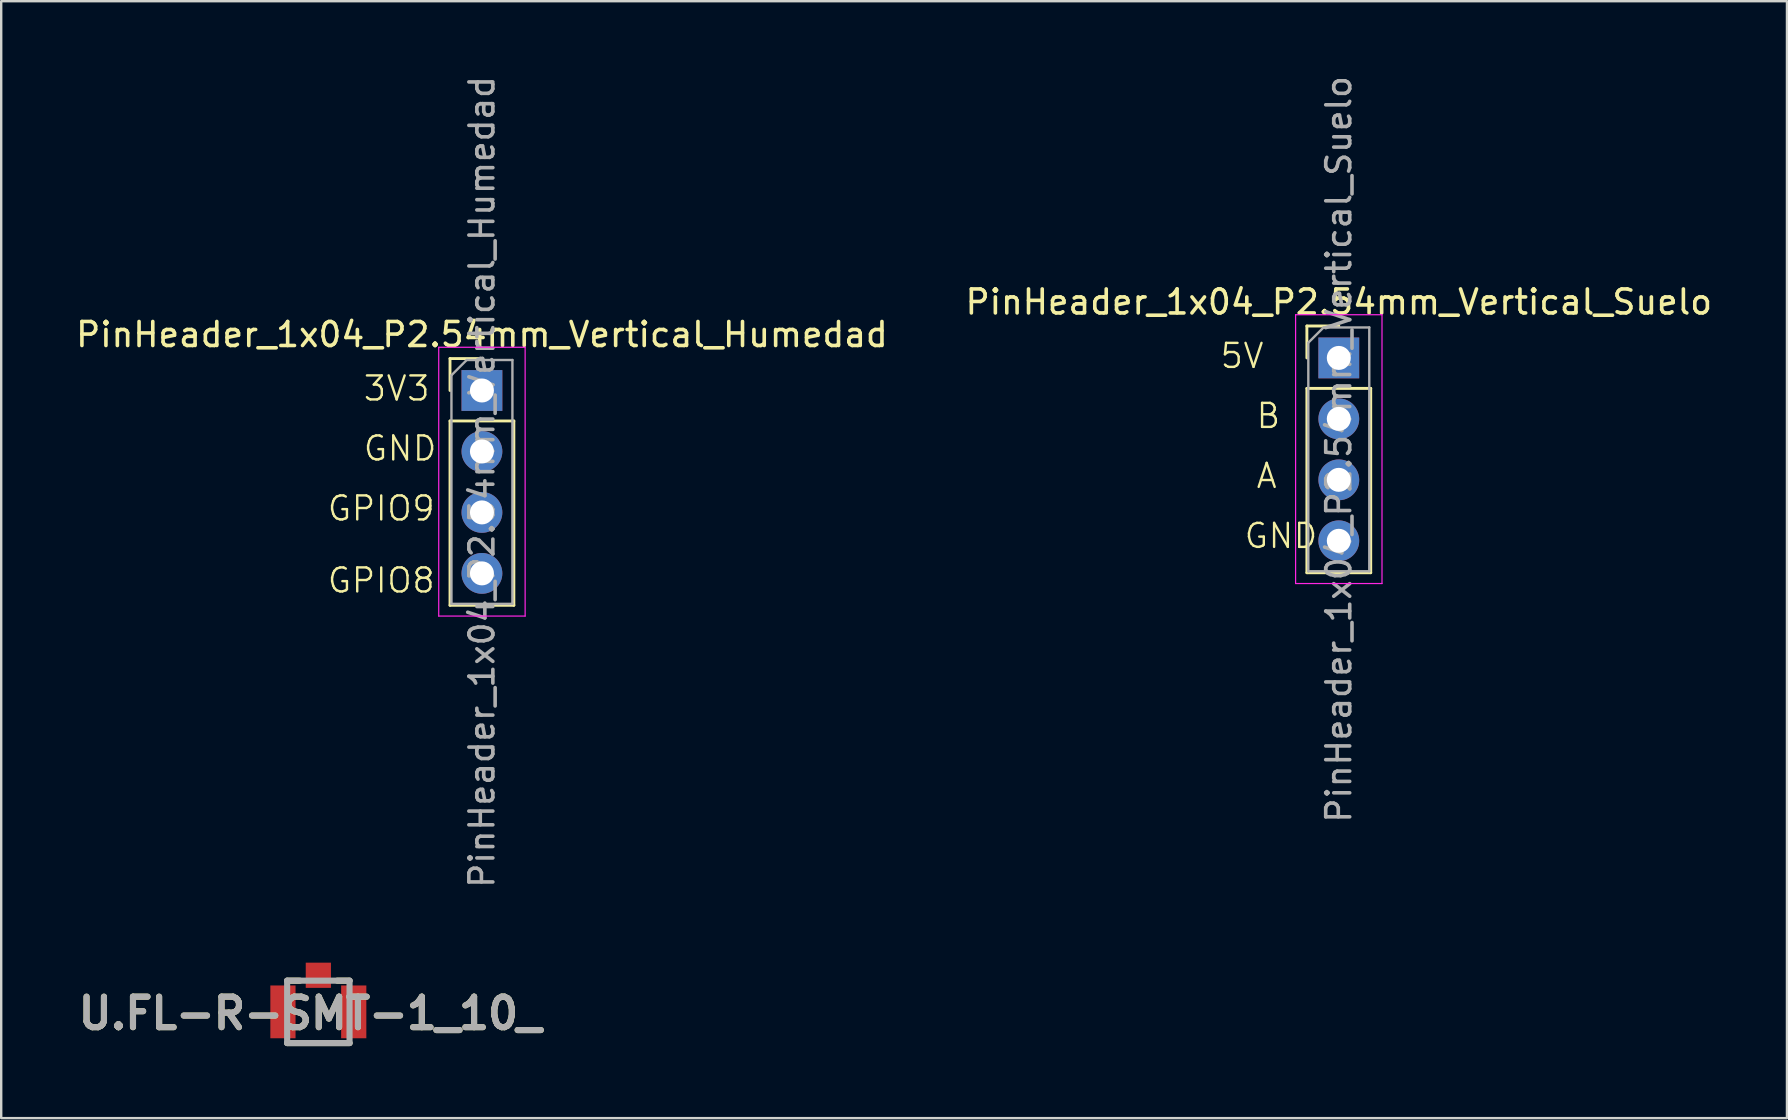
<source format=kicad_pcb>
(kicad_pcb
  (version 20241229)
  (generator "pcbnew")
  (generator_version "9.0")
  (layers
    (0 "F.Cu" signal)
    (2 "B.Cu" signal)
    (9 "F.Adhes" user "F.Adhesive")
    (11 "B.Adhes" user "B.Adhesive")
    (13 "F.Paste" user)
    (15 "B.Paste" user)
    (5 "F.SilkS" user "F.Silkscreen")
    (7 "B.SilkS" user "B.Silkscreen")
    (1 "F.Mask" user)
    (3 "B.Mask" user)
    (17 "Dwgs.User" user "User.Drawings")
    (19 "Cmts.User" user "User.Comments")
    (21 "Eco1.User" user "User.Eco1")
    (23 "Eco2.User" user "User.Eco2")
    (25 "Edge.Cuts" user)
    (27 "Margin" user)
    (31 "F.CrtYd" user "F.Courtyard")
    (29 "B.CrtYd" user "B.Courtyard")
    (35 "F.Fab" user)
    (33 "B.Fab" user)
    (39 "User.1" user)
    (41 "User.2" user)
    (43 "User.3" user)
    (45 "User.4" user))
  (footprint "U.FL-R-SMT-1_10_"
    (layer "F.Cu")
    (at 10.214 39.11)
    (property "Reference" "U.FL-R-SMT-1_10_" (at -0.345 0.063 0) (layer "F.SilkS") (effects (font (size 1.27 1.27) (thickness 0.254))))
    (attr smd)
    (fp_line (start -1.3 -1.3) (end -0.77 -1.3) (stroke (width 0.254) (type solid)) (layer "F.SilkS"))
    (fp_line (start -1.3 1.3) (end 1.3 1.3) (stroke (width 0.254) (type solid)) (layer "F.SilkS"))
    (fp_line (start 1.3 -1.3) (end 0.788 -1.3) (stroke (width 0.254) (type solid)) (layer "F.SilkS"))
    (fp_line (start -1.3 -1.3) (end 1.3 -1.3) (stroke (width 0.254) (type solid)) (layer "F.Fab"))
    (fp_line (start -1.3 1.3) (end -1.3 -1.3) (stroke (width 0.254) (type solid)) (layer "F.Fab"))
    (fp_line (start 1.3 -1.3) (end 1.3 1.3) (stroke (width 0.254) (type solid)) (layer "F.Fab"))
    (fp_line (start 1.3 1.3) (end -1.3 1.3) (stroke (width 0.254) (type solid)) (layer "F.Fab"))
    (fp_text user "${REFERENCE}" (at -0.345 0.063 0) (layer "F.Fab") (effects (font (size 1.27 1.27) (thickness 0.254))))
    (pad "1" smd rect (at -1.475 0) (size 1.05 2.2) (layers "F.Cu" "F.Mask" "F.Paste"))
    (pad "2" smd rect (at 1.475 0) (size 1.05 2.2) (layers "F.Cu" "F.Mask" "F.Paste"))
    (pad "3" smd rect (at 0 -1.525 90) (size 1.05 1.05) (layers "F.Cu" "F.Mask" "F.Paste")))
  (footprint "PinHeader_1x04_P2.54mm_Vertical_Suelo"
    (layer "F.Cu")
    (at 52.732 11.863)
    (property "Reference" "PinHeader_1x04_P2.54mm_Vertical_Suelo" (at 0 -2.33 0) (layer "F.SilkS") (effects (font (size 1 1) (thickness 0.15))))
    (attr through_hole)
    (fp_line (start -1.33 -1.33) (end 0 -1.33) (stroke (width 0.12) (type solid)) (layer "F.SilkS"))
    (fp_line (start -1.33 0) (end -1.33 -1.33) (stroke (width 0.12) (type solid)) (layer "F.SilkS"))
    (fp_line (start -1.33 1.27) (end -1.33 8.95) (stroke (width 0.12) (type solid)) (layer "F.SilkS"))
    (fp_line (start -1.33 1.27) (end 1.33 1.27) (stroke (width 0.12) (type solid)) (layer "F.SilkS"))
    (fp_line (start -1.33 8.95) (end 1.33 8.95) (stroke (width 0.12) (type solid)) (layer "F.SilkS"))
    (fp_line (start 1.33 1.27) (end 1.33 8.95) (stroke (width 0.12) (type solid)) (layer "F.SilkS"))
    (fp_line (start -1.8 -1.8) (end -1.8 9.4) (stroke (width 0.05) (type solid)) (layer "F.CrtYd"))
    (fp_line (start -1.8 9.4) (end 1.8 9.4) (stroke (width 0.05) (type solid)) (layer "F.CrtYd"))
    (fp_line (start 1.8 -1.8) (end -1.8 -1.8) (stroke (width 0.05) (type solid)) (layer "F.CrtYd"))
    (fp_line (start 1.8 9.4) (end 1.8 -1.8) (stroke (width 0.05) (type solid)) (layer "F.CrtYd"))
    (fp_line (start -1.27 -0.635) (end -0.635 -1.27) (stroke (width 0.1) (type solid)) (layer "F.Fab"))
    (fp_line (start -1.27 8.89) (end -1.27 -0.635) (stroke (width 0.1) (type solid)) (layer "F.Fab"))
    (fp_line (start -0.635 -1.27) (end 1.27 -1.27) (stroke (width 0.1) (type solid)) (layer "F.Fab"))
    (fp_line (start 1.27 -1.27) (end 1.27 8.89) (stroke (width 0.1) (type solid)) (layer "F.Fab"))
    (fp_line (start 1.27 8.89) (end -1.27 8.89) (stroke (width 0.1) (type solid)) (layer "F.Fab"))
    (fp_text user "A" (at -3.5 5.5 0) (unlocked yes) (layer "F.SilkS") (effects (font (size 1 1) (thickness 0.1)) (justify left bottom)))
    (fp_text user "5V" (at -5 0.5 0) (unlocked yes) (layer "F.SilkS") (effects (font (size 1 1) (thickness 0.1)) (justify left bottom)))
    (fp_text user "GND" (at -4 8 0) (unlocked yes) (layer "F.SilkS") (effects (font (size 1 1) (thickness 0.1)) (justify left bottom)))
    (fp_text user "B" (at -3.5 3 0) (unlocked yes) (layer "F.SilkS") (effects (font (size 1 1) (thickness 0.1)) (justify left bottom)))
    (fp_text user "${REFERENCE}" (at 0 3.81 90) (layer "F.Fab") (effects (font (size 1 1) (thickness 0.15))))
    (pad "1" thru_hole rect (at 0 0) (size 1.7 1.7) (drill 1) (layers "*.Cu" "*.Mask"))
    (pad "2" thru_hole oval (at 0 2.54) (size 1.7 1.7) (drill 1) (layers "*.Cu" "*.Mask"))
    (pad "3" thru_hole oval (at 0 5.08) (size 1.7 1.7) (drill 1) (layers "*.Cu" "*.Mask"))
    (pad "4" thru_hole oval (at 0 7.62) (size 1.7 1.7) (drill 1) (layers "*.Cu" "*.Mask")))
  (footprint "PinHeader_1x04_P2.54mm_Vertical_Humedad"
    (layer "F.Cu")
    (at 17.03 13.22)
    (property "Reference" "PinHeader_1x04_P2.54mm_Vertical_Humedad" (at 0 -2.33 0) (layer "F.SilkS") (effects (font (size 1 1) (thickness 0.15))))
    (attr through_hole)
    (fp_line (start -1.33 -1.33) (end 0 -1.33) (stroke (width 0.12) (type solid)) (layer "F.SilkS"))
    (fp_line (start -1.33 0) (end -1.33 -1.33) (stroke (width 0.12) (type solid)) (layer "F.SilkS"))
    (fp_line (start -1.33 1.27) (end -1.33 8.95) (stroke (width 0.12) (type solid)) (layer "F.SilkS"))
    (fp_line (start -1.33 1.27) (end 1.33 1.27) (stroke (width 0.12) (type solid)) (layer "F.SilkS"))
    (fp_line (start -1.33 8.95) (end 1.33 8.95) (stroke (width 0.12) (type solid)) (layer "F.SilkS"))
    (fp_line (start 1.33 1.27) (end 1.33 8.95) (stroke (width 0.12) (type solid)) (layer "F.SilkS"))
    (fp_line (start -1.8 -1.8) (end -1.8 9.4) (stroke (width 0.05) (type solid)) (layer "F.CrtYd"))
    (fp_line (start -1.8 9.4) (end 1.8 9.4) (stroke (width 0.05) (type solid)) (layer "F.CrtYd"))
    (fp_line (start 1.8 -1.8) (end -1.8 -1.8) (stroke (width 0.05) (type solid)) (layer "F.CrtYd"))
    (fp_line (start 1.8 9.4) (end 1.8 -1.8) (stroke (width 0.05) (type solid)) (layer "F.CrtYd"))
    (fp_line (start -1.27 -0.635) (end -0.635 -1.27) (stroke (width 0.1) (type solid)) (layer "F.Fab"))
    (fp_line (start -1.27 8.89) (end -1.27 -0.635) (stroke (width 0.1) (type solid)) (layer "F.Fab"))
    (fp_line (start -0.635 -1.27) (end 1.27 -1.27) (stroke (width 0.1) (type solid)) (layer "F.Fab"))
    (fp_line (start 1.27 -1.27) (end 1.27 8.89) (stroke (width 0.1) (type solid)) (layer "F.Fab"))
    (fp_line (start 1.27 8.89) (end -1.27 8.89) (stroke (width 0.1) (type solid)) (layer "F.Fab"))
    (fp_text user "GPIO8" (at -6.5 8.5 0) (unlocked yes) (layer "F.SilkS") (effects (font (size 1 1) (thickness 0.1)) (justify left bottom)))
    (fp_text user "3V3" (at -5 0.5 0) (unlocked yes) (layer "F.SilkS") (effects (font (size 1 1) (thickness 0.1)) (justify left bottom)))
    (fp_text user "GND" (at -5 3 0) (unlocked yes) (layer "F.SilkS") (effects (font (size 1 1) (thickness 0.1)) (justify left bottom)))
    (fp_text user "GPIO9" (at -6.5 5.5 0) (unlocked yes) (layer "F.SilkS") (effects (font (size 1 1) (thickness 0.1)) (justify left bottom)))
    (fp_text user "${REFERENCE}" (at 0 3.81 90) (layer "F.Fab") (effects (font (size 1 1) (thickness 0.15))))
    (pad "1" thru_hole rect (at 0 0) (size 1.7 1.7) (drill 1) (layers "*.Cu" "*.Mask"))
    (pad "2" thru_hole oval (at 0 2.54) (size 1.7 1.7) (drill 1) (layers "*.Cu" "*.Mask"))
    (pad "3" thru_hole oval (at 0 5.08) (size 1.7 1.7) (drill 1) (layers "*.Cu" "*.Mask"))
    (pad "4" thru_hole oval (at 0 7.62) (size 1.7 1.7) (drill 1) (layers "*.Cu" "*.Mask")))
  (gr_rect
    (start -3 -3)
    (end 71.405 43.537)
    (stroke (width 0.1) (type default))
    (fill no)
    (layer "Edge.Cuts")))
</source>
